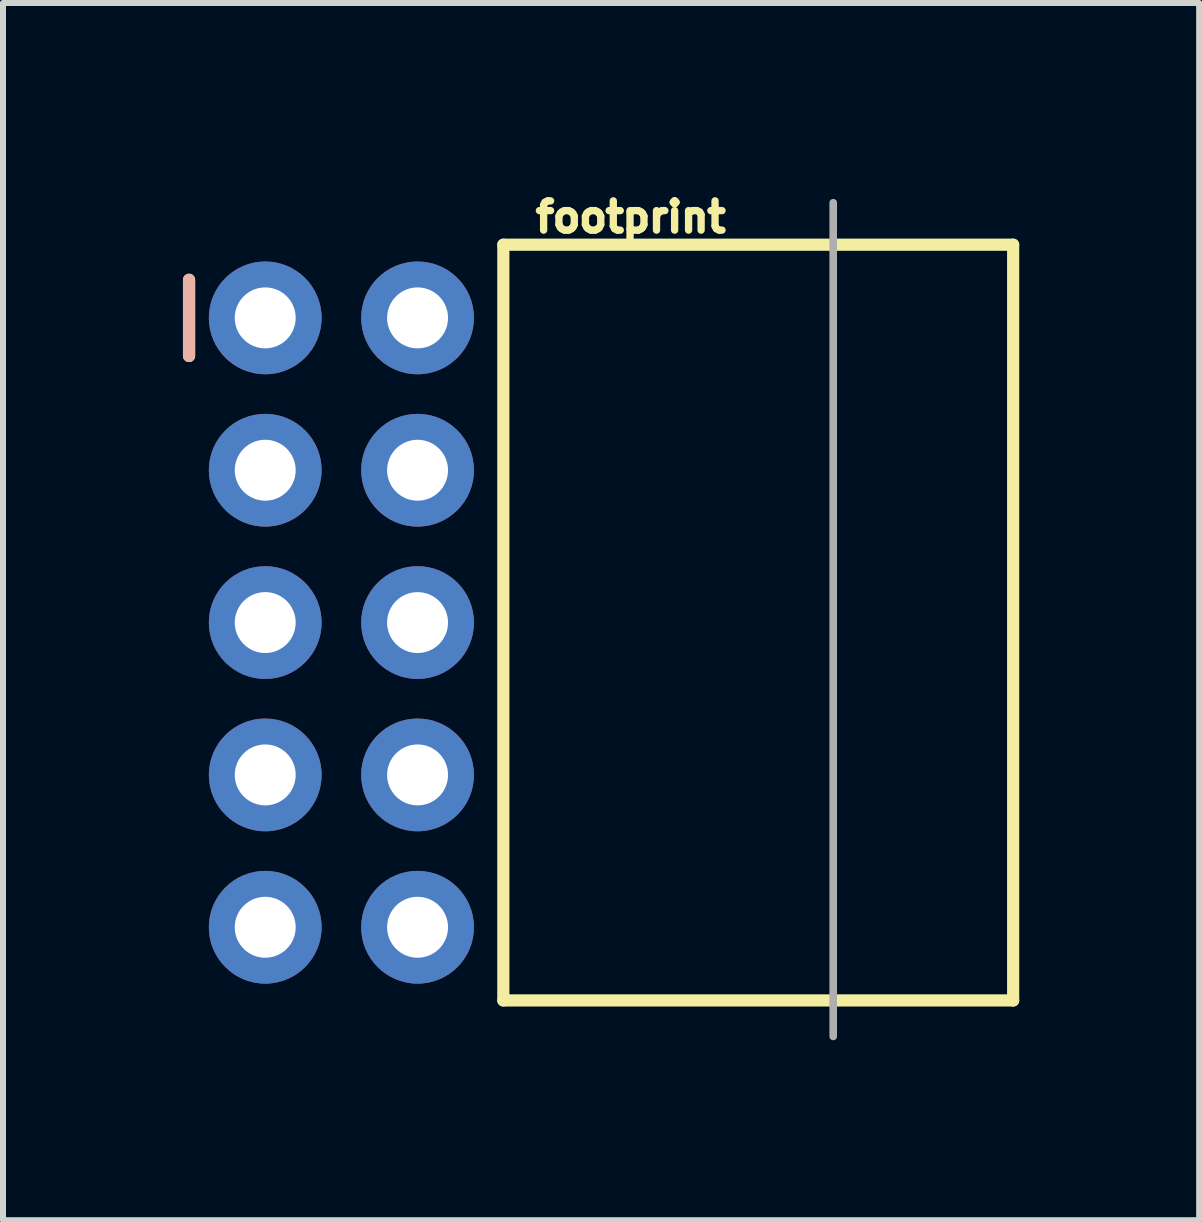
<source format=kicad_pcb>
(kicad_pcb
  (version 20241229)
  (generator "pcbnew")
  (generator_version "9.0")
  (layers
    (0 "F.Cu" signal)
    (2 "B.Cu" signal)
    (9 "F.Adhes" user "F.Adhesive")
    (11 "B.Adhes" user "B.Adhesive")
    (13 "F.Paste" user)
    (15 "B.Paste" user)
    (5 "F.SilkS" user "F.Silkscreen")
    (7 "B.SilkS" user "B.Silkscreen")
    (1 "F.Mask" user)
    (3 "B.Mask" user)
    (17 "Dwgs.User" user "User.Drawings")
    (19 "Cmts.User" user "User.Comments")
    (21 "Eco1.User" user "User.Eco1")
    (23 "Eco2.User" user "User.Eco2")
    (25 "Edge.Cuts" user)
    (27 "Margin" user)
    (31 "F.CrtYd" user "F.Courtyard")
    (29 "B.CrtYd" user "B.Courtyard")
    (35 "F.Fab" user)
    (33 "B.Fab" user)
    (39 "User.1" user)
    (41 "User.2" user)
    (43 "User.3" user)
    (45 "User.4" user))
  (footprint "footprint"
    (layer "F.Cu")
    (at 2.642 7.33)
    (property "Reference" "footprint" (at 3.175 -6.477 0) (layer "F.SilkS") (effects (font (size 0.488 0.488) (thickness 0.122)) (justify left bottom)))
    (fp_line (start -2.54 -5.715) (end -2.54 -4.445) (stroke (width 0.203) (type solid)) (layer "F.SilkS"))
    (fp_line (start 2.7 -6.3) (end 11.2 -6.3) (stroke (width 0.203) (type solid)) (layer "F.SilkS"))
    (fp_line (start 2.7 6.3) (end 2.7 -6.3) (stroke (width 0.203) (type solid)) (layer "F.SilkS"))
    (fp_line (start 11.2 -6.3) (end 11.2 6.3) (stroke (width 0.203) (type solid)) (layer "F.SilkS"))
    (fp_line (start 11.2 6.3) (end 2.7 6.3) (stroke (width 0.203) (type solid)) (layer "F.SilkS"))
    (fp_line (start -2.54 -5.715) (end -2.54 -4.445) (stroke (width 0.203) (type solid)) (layer "B.SilkS"))
    (fp_line (start 8.2 -7) (end 8.2 6.9) (stroke (width 0.127) (type solid)) (layer "F.Fab"))
    (fp_poly (pts (xy -1.524 -5.334) (xy -1.524 -4.826) (xy -1.016 -4.826) (xy -1.016 -5.334)) (stroke (width 0.1) (type solid)) (fill no) (layer "F.Fab"))
    (fp_poly (pts (xy -1.524 -2.794) (xy -1.524 -2.286) (xy -1.016 -2.286) (xy -1.016 -2.794)) (stroke (width 0.1) (type solid)) (fill no) (layer "F.Fab"))
    (fp_poly (pts (xy -1.524 -0.254) (xy -1.524 0.254) (xy -1.016 0.254) (xy -1.016 -0.254)) (stroke (width 0.1) (type solid)) (fill no) (layer "F.Fab"))
    (fp_poly (pts (xy -1.524 2.286) (xy -1.524 2.794) (xy -1.016 2.794) (xy -1.016 2.286)) (stroke (width 0.1) (type solid)) (fill no) (layer "F.Fab"))
    (fp_poly (pts (xy -1.524 2.286) (xy -1.524 2.794) (xy -1.016 2.794) (xy -1.016 2.286)) (stroke (width 0.1) (type solid)) (fill no) (layer "F.Fab"))
    (fp_poly (pts (xy -1.524 4.826) (xy -1.524 5.334) (xy -1.016 5.334) (xy -1.016 4.826)) (stroke (width 0.1) (type solid)) (fill no) (layer "F.Fab"))
    (fp_poly (pts (xy 1.016 -5.334) (xy 1.016 -4.826) (xy 1.524 -4.826) (xy 1.524 -5.334)) (stroke (width 0.1) (type solid)) (fill no) (layer "F.Fab"))
    (fp_poly (pts (xy 1.016 -2.794) (xy 1.016 -2.286) (xy 1.524 -2.286) (xy 1.524 -2.794)) (stroke (width 0.1) (type solid)) (fill no) (layer "F.Fab"))
    (fp_poly (pts (xy 1.016 -0.254) (xy 1.016 0.254) (xy 1.524 0.254) (xy 1.524 -0.254)) (stroke (width 0.1) (type solid)) (fill no) (layer "F.Fab"))
    (fp_poly (pts (xy 1.016 2.286) (xy 1.016 2.794) (xy 1.524 2.794) (xy 1.524 2.286)) (stroke (width 0.1) (type solid)) (fill no) (layer "F.Fab"))
    (fp_poly (pts (xy 1.016 2.286) (xy 1.016 2.794) (xy 1.524 2.794) (xy 1.524 2.286)) (stroke (width 0.1) (type solid)) (fill no) (layer "F.Fab"))
    (fp_poly (pts (xy 1.016 4.826) (xy 1.016 5.334) (xy 1.524 5.334) (xy 1.524 4.826)) (stroke (width 0.1) (type solid)) (fill no) (layer "F.Fab"))
    (pad "1" thru_hole circle (at -1.27 -5.08 270) (size 1.88 1.88) (drill 1.016) (layers "*.Cu" "*.Mask"))
    (pad "2" thru_hole circle (at 1.27 -5.08 270) (size 1.88 1.88) (drill 1.016) (layers "*.Cu" "*.Mask"))
    (pad "3" thru_hole circle (at -1.27 -2.54 270) (size 1.88 1.88) (drill 1.016) (layers "*.Cu" "*.Mask"))
    (pad "4" thru_hole circle (at 1.27 -2.54 270) (size 1.88 1.88) (drill 1.016) (layers "*.Cu" "*.Mask"))
    (pad "5" thru_hole circle (at -1.27 0 270) (size 1.88 1.88) (drill 1.016) (layers "*.Cu" "*.Mask"))
    (pad "6" thru_hole circle (at 1.27 0 270) (size 1.88 1.88) (drill 1.016) (layers "*.Cu" "*.Mask"))
    (pad "7" thru_hole circle (at -1.27 2.54 270) (size 1.88 1.88) (drill 1.016) (layers "*.Cu" "*.Mask"))
    (pad "8" thru_hole circle (at 1.27 2.54 270) (size 1.88 1.88) (drill 1.016) (layers "*.Cu" "*.Mask"))
    (pad "9" thru_hole circle (at -1.27 5.08 270) (size 1.88 1.88) (drill 1.016) (layers "*.Cu" "*.Mask"))
    (pad "10" thru_hole circle (at 1.27 5.08 270) (size 1.88 1.88) (drill 1.016) (layers "*.Cu" "*.Mask")))
  (gr_rect
    (start -3 -3)
    (end 16.943 17.294)
    (stroke (width 0.1) (type default))
    (fill no)
    (layer "Edge.Cuts")))
</source>
